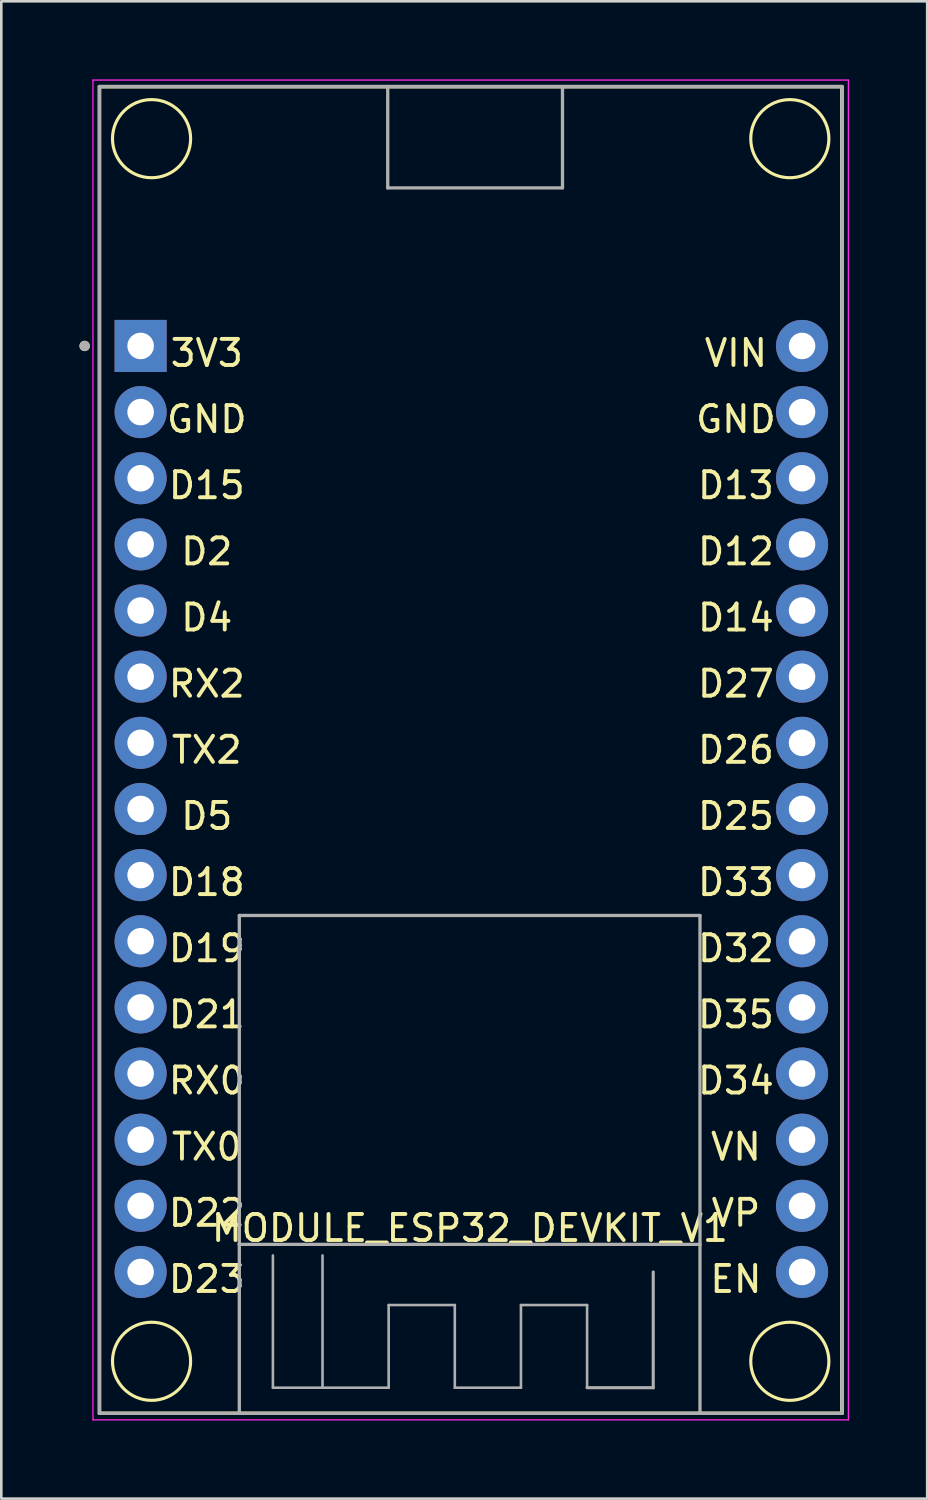
<source format=kicad_pcb>
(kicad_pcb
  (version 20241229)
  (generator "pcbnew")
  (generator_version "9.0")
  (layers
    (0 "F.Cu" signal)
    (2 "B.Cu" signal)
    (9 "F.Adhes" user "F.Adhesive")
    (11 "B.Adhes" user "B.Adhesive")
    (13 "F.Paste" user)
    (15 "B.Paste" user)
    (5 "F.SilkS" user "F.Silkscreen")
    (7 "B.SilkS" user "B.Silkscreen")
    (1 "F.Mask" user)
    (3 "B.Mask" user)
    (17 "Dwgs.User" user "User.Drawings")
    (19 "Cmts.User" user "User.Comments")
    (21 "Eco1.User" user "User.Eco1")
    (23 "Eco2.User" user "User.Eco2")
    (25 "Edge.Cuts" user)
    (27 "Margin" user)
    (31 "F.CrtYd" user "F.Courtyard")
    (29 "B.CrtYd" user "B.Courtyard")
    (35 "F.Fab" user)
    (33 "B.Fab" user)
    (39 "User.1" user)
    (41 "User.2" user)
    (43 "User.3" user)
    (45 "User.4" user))
  (footprint "MODULE_ESP32_DEVKIT_V1"
    (layer "F.Cu")
    (at 14.685 26.745)
    (property "Reference" "MODULE_ESP32_DEVKIT_V1" (at 0.309 17.368 0) (layer "F.SilkS") (effects (font (size 1 1) (thickness 0.15))))
    (attr through_hole)
    (fp_line (start -13.915 -26.47) (end -2.846 -26.47) (stroke (width 0.127) (type solid)) (layer "F.SilkS"))
    (fp_line (start -13.915 -26.47) (end 14.595 -26.47) (stroke (width 0.127) (type solid)) (layer "F.SilkS"))
    (fp_line (start -13.915 24.48) (end -13.915 -26.47) (stroke (width 0.127) (type solid)) (layer "F.SilkS"))
    (fp_line (start -13.915 24.48) (end -13.915 -26.47) (stroke (width 0.127) (type solid)) (layer "F.SilkS"))
    (fp_line (start -13.915 24.48) (end -8.545 24.48) (stroke (width 0.127) (type solid)) (layer "F.SilkS"))
    (fp_line (start -8.545 24.48) (end 9.145 24.48) (stroke (width 0.127) (type solid)) (layer "F.SilkS"))
    (fp_line (start -2.846 -26.47) (end 3.865 -26.47) (stroke (width 0.127) (type solid)) (layer "F.SilkS"))
    (fp_line (start 3.865 -26.47) (end 14.595 -26.47) (stroke (width 0.127) (type solid)) (layer "F.SilkS"))
    (fp_line (start 9.145 24.48) (end 14.595 24.48) (stroke (width 0.127) (type solid)) (layer "F.SilkS"))
    (fp_line (start 14.595 -26.47) (end 14.595 24.48) (stroke (width 0.127) (type solid)) (layer "F.SilkS"))
    (fp_line (start 14.595 -26.47) (end 14.595 24.48) (stroke (width 0.127) (type solid)) (layer "F.SilkS"))
    (fp_line (start 14.595 24.48) (end -13.915 24.48) (stroke (width 0.127) (type solid)) (layer "F.SilkS"))
    (fp_circle (center -14.485 -16.51) (end -14.385 -16.51) (stroke (width 0.2) (type solid)) (fill no) (layer "F.SilkS"))
    (fp_circle (center -11.915 -24.47) (end -10.415 -24.47) (stroke (width 0.12) (type solid)) (fill no) (layer "F.SilkS"))
    (fp_circle (center -11.915 22.48) (end -10.415 22.48) (stroke (width 0.12) (type solid)) (fill no) (layer "F.SilkS"))
    (fp_circle (center 12.595 -24.47) (end 14.095 -24.47) (stroke (width 0.12) (type solid)) (fill no) (layer "F.SilkS"))
    (fp_circle (center 12.595 22.48) (end 14.095 22.48) (stroke (width 0.12) (type solid)) (fill no) (layer "F.SilkS"))
    (fp_line (start -14.165 -26.72) (end -14.165 24.73) (stroke (width 0.05) (type solid)) (layer "F.CrtYd"))
    (fp_line (start -14.165 24.73) (end 14.845 24.73) (stroke (width 0.05) (type solid)) (layer "F.CrtYd"))
    (fp_line (start 14.845 -26.72) (end -14.165 -26.72) (stroke (width 0.05) (type solid)) (layer "F.CrtYd"))
    (fp_line (start 14.845 24.73) (end 14.845 -26.72) (stroke (width 0.05) (type solid)) (layer "F.CrtYd"))
    (fp_line (start -13.915 -26.47) (end -2.846 -26.47) (stroke (width 0.127) (type solid)) (layer "F.Fab"))
    (fp_line (start -13.915 24.48) (end -13.915 -26.47) (stroke (width 0.127) (type solid)) (layer "F.Fab"))
    (fp_line (start -13.915 24.48) (end -8.545 24.48) (stroke (width 0.127) (type solid)) (layer "F.Fab"))
    (fp_line (start -8.545 5.36) (end 9.145 5.36) (stroke (width 0.127) (type solid)) (layer "F.Fab"))
    (fp_line (start -8.545 17.99) (end -8.545 5.36) (stroke (width 0.127) (type solid)) (layer "F.Fab"))
    (fp_line (start -8.545 17.99) (end 9.145 17.99) (stroke (width 0.127) (type solid)) (layer "F.Fab"))
    (fp_line (start -8.545 24.48) (end -8.545 17.99) (stroke (width 0.127) (type solid)) (layer "F.Fab"))
    (fp_line (start -8.545 24.48) (end 9.145 24.48) (stroke (width 0.127) (type solid)) (layer "F.Fab"))
    (fp_line (start -7.255 18.415) (end -7.255 23.495) (stroke (width 0.1) (type solid)) (layer "F.Fab"))
    (fp_line (start -7.255 23.495) (end -5.35 23.495) (stroke (width 0.1) (type solid)) (layer "F.Fab"))
    (fp_line (start -5.35 23.495) (end -5.35 18.415) (stroke (width 0.1) (type solid)) (layer "F.Fab"))
    (fp_line (start -2.846 -26.47) (end 3.865 -26.47) (stroke (width 0.127) (type solid)) (layer "F.Fab"))
    (fp_line (start -2.846 -22.58) (end -2.846 -26.47) (stroke (width 0.127) (type solid)) (layer "F.Fab"))
    (fp_line (start -2.81 20.32) (end -2.81 23.495) (stroke (width 0.1) (type solid)) (layer "F.Fab"))
    (fp_line (start -2.81 23.495) (end -5.35 23.495) (stroke (width 0.1) (type solid)) (layer "F.Fab"))
    (fp_line (start -0.27 20.32) (end -2.81 20.32) (stroke (width 0.1) (type solid)) (layer "F.Fab"))
    (fp_line (start -0.27 23.495) (end -0.27 20.32) (stroke (width 0.1) (type solid)) (layer "F.Fab"))
    (fp_line (start 2.27 20.32) (end 2.27 23.495) (stroke (width 0.1) (type solid)) (layer "F.Fab"))
    (fp_line (start 2.27 23.495) (end -0.27 23.495) (stroke (width 0.1) (type solid)) (layer "F.Fab"))
    (fp_line (start 3.865 -26.47) (end 3.865 -22.58) (stroke (width 0.127) (type solid)) (layer "F.Fab"))
    (fp_line (start 3.865 -26.47) (end 14.595 -26.47) (stroke (width 0.127) (type solid)) (layer "F.Fab"))
    (fp_line (start 3.865 -22.58) (end -2.846 -22.58) (stroke (width 0.127) (type solid)) (layer "F.Fab"))
    (fp_line (start 4.81 20.32) (end 2.27 20.32) (stroke (width 0.1) (type solid)) (layer "F.Fab"))
    (fp_line (start 4.81 23.495) (end 4.81 20.32) (stroke (width 0.1) (type solid)) (layer "F.Fab"))
    (fp_line (start 7.35 19.05) (end 7.35 23.495) (stroke (width 0.12) (type solid)) (layer "F.Fab"))
    (fp_line (start 7.35 23.495) (end 4.81 23.495) (stroke (width 0.12) (type solid)) (layer "F.Fab"))
    (fp_line (start 9.145 5.36) (end 9.145 17.99) (stroke (width 0.127) (type solid)) (layer "F.Fab"))
    (fp_line (start 9.145 17.99) (end 9.145 24.48) (stroke (width 0.127) (type solid)) (layer "F.Fab"))
    (fp_line (start 9.145 24.48) (end 14.595 24.48) (stroke (width 0.127) (type solid)) (layer "F.Fab"))
    (fp_line (start 14.595 -26.47) (end 14.595 24.48) (stroke (width 0.127) (type solid)) (layer "F.Fab"))
    (fp_circle (center -14.485 -16.51) (end -14.385 -16.51) (stroke (width 0.2) (type solid)) (fill no) (layer "F.Fab"))
    (fp_text user "D32" (at 10.525 6.625 0) (unlocked yes) (layer "F.SilkS") (effects (font (size 1 1) (thickness 0.15))))
    (fp_text user "D13" (at 10.525 -11.155 0) (unlocked yes) (layer "F.SilkS") (effects (font (size 1 1) (thickness 0.15))))
    (fp_text user "D34" (at 10.525 11.705 0) (unlocked yes) (layer "F.SilkS") (effects (font (size 1 1) (thickness 0.15))))
    (fp_text user "D33" (at 10.525 4.085 0) (unlocked yes) (layer "F.SilkS") (effects (font (size 1 1) (thickness 0.15))))
    (fp_text user "VIN" (at 10.525 -16.235 0) (unlocked yes) (layer "F.SilkS") (effects (font (size 1 1) (thickness 0.15))))
    (fp_text user "D22" (at -9.795 16.785 0) (unlocked yes) (layer "F.SilkS") (effects (font (size 1 1) (thickness 0.15))))
    (fp_text user "VP" (at 10.525 16.785 0) (unlocked yes) (layer "F.SilkS") (effects (font (size 1 1) (thickness 0.15))))
    (fp_text user "D2" (at -9.795 -8.615 0) (unlocked yes) (layer "F.SilkS") (effects (font (size 1 1) (thickness 0.15))))
    (fp_text user "D27" (at 10.525 -3.535 0) (unlocked yes) (layer "F.SilkS") (effects (font (size 1 1) (thickness 0.15))))
    (fp_text user "EN" (at 10.525 19.325 0) (unlocked yes) (layer "F.SilkS") (effects (font (size 1 1) (thickness 0.15))))
    (fp_text user "3V3" (at -9.795 -16.235 0) (unlocked yes) (layer "F.SilkS") (effects (font (size 1 1) (thickness 0.15))))
    (fp_text user "RX2" (at -9.795 -3.535 0) (unlocked yes) (layer "F.SilkS") (effects (font (size 1 1) (thickness 0.15))))
    (fp_text user "D4" (at -9.795 -6.075 0) (unlocked yes) (layer "F.SilkS") (effects (font (size 1 1) (thickness 0.15))))
    (fp_text user "D19" (at -9.795 6.625 0) (unlocked yes) (layer "F.SilkS") (effects (font (size 1 1) (thickness 0.15))))
    (fp_text user "GND" (at -9.795 -13.695 0) (unlocked yes) (layer "F.SilkS") (effects (font (size 1 1) (thickness 0.15))))
    (fp_text user "D14" (at 10.525 -6.075 0) (unlocked yes) (layer "F.SilkS") (effects (font (size 1 1) (thickness 0.15))))
    (fp_text user "D26" (at 10.525 -0.995 0) (unlocked yes) (layer "F.SilkS") (effects (font (size 1 1) (thickness 0.15))))
    (fp_text user "D18" (at -9.795 4.085 0) (unlocked yes) (layer "F.SilkS") (effects (font (size 1 1) (thickness 0.15))))
    (fp_text user "D21" (at -9.795 9.165 0) (unlocked yes) (layer "F.SilkS") (effects (font (size 1 1) (thickness 0.15))))
    (fp_text user "D12" (at 10.525 -8.615 0) (unlocked yes) (layer "F.SilkS") (effects (font (size 1 1) (thickness 0.15))))
    (fp_text user "GND" (at 10.525 -13.695 0) (unlocked yes) (layer "F.SilkS") (effects (font (size 1 1) (thickness 0.15))))
    (fp_text user "RX0" (at -9.795 11.705 0) (unlocked yes) (layer "F.SilkS") (effects (font (size 1 1) (thickness 0.15))))
    (fp_text user "TX2" (at -9.795 -0.995 0) (unlocked yes) (layer "F.SilkS") (effects (font (size 1 1) (thickness 0.15))))
    (fp_text user "D23" (at -9.795 19.325 0) (unlocked yes) (layer "F.SilkS") (effects (font (size 1 1) (thickness 0.15))))
    (fp_text user "D35" (at 10.525 9.165 0) (unlocked yes) (layer "F.SilkS") (effects (font (size 1 1) (thickness 0.15))))
    (fp_text user "VN" (at 10.525 14.245 0) (unlocked yes) (layer "F.SilkS") (effects (font (size 1 1) (thickness 0.15))))
    (fp_text user "D25" (at 10.525 1.545 0) (unlocked yes) (layer "F.SilkS") (effects (font (size 1 1) (thickness 0.15))))
    (fp_text user "TX0" (at -9.795 14.245 0) (unlocked yes) (layer "F.SilkS") (effects (font (size 1 1) (thickness 0.15))))
    (fp_text user "D15" (at -9.795 -11.155 0) (unlocked yes) (layer "F.SilkS") (effects (font (size 1 1) (thickness 0.15))))
    (fp_text user "D5" (at -9.795 1.545 0) (unlocked yes) (layer "F.SilkS") (effects (font (size 1 1) (thickness 0.15))))
    (pad "1" thru_hole rect (at -12.335 -16.51) (size 2 2) (drill 1.02) (layers "*.Cu" "*.Mask"))
    (pad "2" thru_hole circle (at -12.335 -13.97) (size 2 2) (drill 1.02) (layers "*.Cu" "*.Mask"))
    (pad "3" thru_hole circle (at -12.335 -11.43) (size 2 2) (drill 1.02) (layers "*.Cu" "*.Mask"))
    (pad "4" thru_hole circle (at -12.335 -8.89) (size 2 2) (drill 1.02) (layers "*.Cu" "*.Mask"))
    (pad "5" thru_hole circle (at -12.335 -6.35) (size 2 2) (drill 1.02) (layers "*.Cu" "*.Mask"))
    (pad "6" thru_hole circle (at -12.335 -3.81) (size 2 2) (drill 1.02) (layers "*.Cu" "*.Mask"))
    (pad "7" thru_hole circle (at -12.335 -1.27) (size 2 2) (drill 1.02) (layers "*.Cu" "*.Mask"))
    (pad "8" thru_hole circle (at -12.335 1.27) (size 2 2) (drill 1.02) (layers "*.Cu" "*.Mask"))
    (pad "9" thru_hole circle (at -12.335 3.81) (size 2 2) (drill 1.02) (layers "*.Cu" "*.Mask"))
    (pad "10" thru_hole circle (at -12.335 6.35) (size 2 2) (drill 1.02) (layers "*.Cu" "*.Mask"))
    (pad "11" thru_hole circle (at -12.335 8.89) (size 2 2) (drill 1.02) (layers "*.Cu" "*.Mask"))
    (pad "12" thru_hole circle (at -12.335 11.43) (size 2 2) (drill 1.02) (layers "*.Cu" "*.Mask"))
    (pad "13" thru_hole circle (at -12.335 13.97) (size 2 2) (drill 1.02) (layers "*.Cu" "*.Mask"))
    (pad "14" thru_hole circle (at -12.335 16.51) (size 2 2) (drill 1.02) (layers "*.Cu" "*.Mask"))
    (pad "15" thru_hole circle (at -12.335 19.05) (size 2 2) (drill 1.02) (layers "*.Cu" "*.Mask"))
    (pad "16" thru_hole circle (at 13.065 19.05) (size 2 2) (drill 1.02) (layers "*.Cu" "*.Mask"))
    (pad "17" thru_hole circle (at 13.065 16.51) (size 2 2) (drill 1.02) (layers "*.Cu" "*.Mask"))
    (pad "18" thru_hole circle (at 13.065 13.97) (size 2 2) (drill 1.02) (layers "*.Cu" "*.Mask"))
    (pad "19" thru_hole circle (at 13.065 11.43) (size 2 2) (drill 1.02) (layers "*.Cu" "*.Mask"))
    (pad "20" thru_hole circle (at 13.065 8.89) (size 2 2) (drill 1.02) (layers "*.Cu" "*.Mask"))
    (pad "21" thru_hole circle (at 13.065 6.35) (size 2 2) (drill 1.02) (layers "*.Cu" "*.Mask"))
    (pad "22" thru_hole circle (at 13.065 3.81) (size 2 2) (drill 1.02) (layers "*.Cu" "*.Mask"))
    (pad "23" thru_hole circle (at 13.065 1.27) (size 2 2) (drill 1.02) (layers "*.Cu" "*.Mask"))
    (pad "24" thru_hole circle (at 13.065 -1.27) (size 2 2) (drill 1.02) (layers "*.Cu" "*.Mask"))
    (pad "25" thru_hole circle (at 13.065 -3.81) (size 2 2) (drill 1.02) (layers "*.Cu" "*.Mask"))
    (pad "26" thru_hole circle (at 13.065 -6.35) (size 2 2) (drill 1.02) (layers "*.Cu" "*.Mask"))
    (pad "27" thru_hole circle (at 13.065 -8.89) (size 2 2) (drill 1.02) (layers "*.Cu" "*.Mask"))
    (pad "28" thru_hole circle (at 13.065 -11.43) (size 2 2) (drill 1.02) (layers "*.Cu" "*.Mask"))
    (pad "29" thru_hole circle (at 13.065 -13.97) (size 2 2) (drill 1.02) (layers "*.Cu" "*.Mask"))
    (pad "30" thru_hole circle (at 13.065 -16.51) (size 2 2) (drill 1.02) (layers "*.Cu" "*.Mask")))
  (gr_rect
    (start -3 -3)
    (end 32.555 54.5)
    (stroke (width 0.1) (type default))
    (fill no)
    (layer "Edge.Cuts")))
</source>
